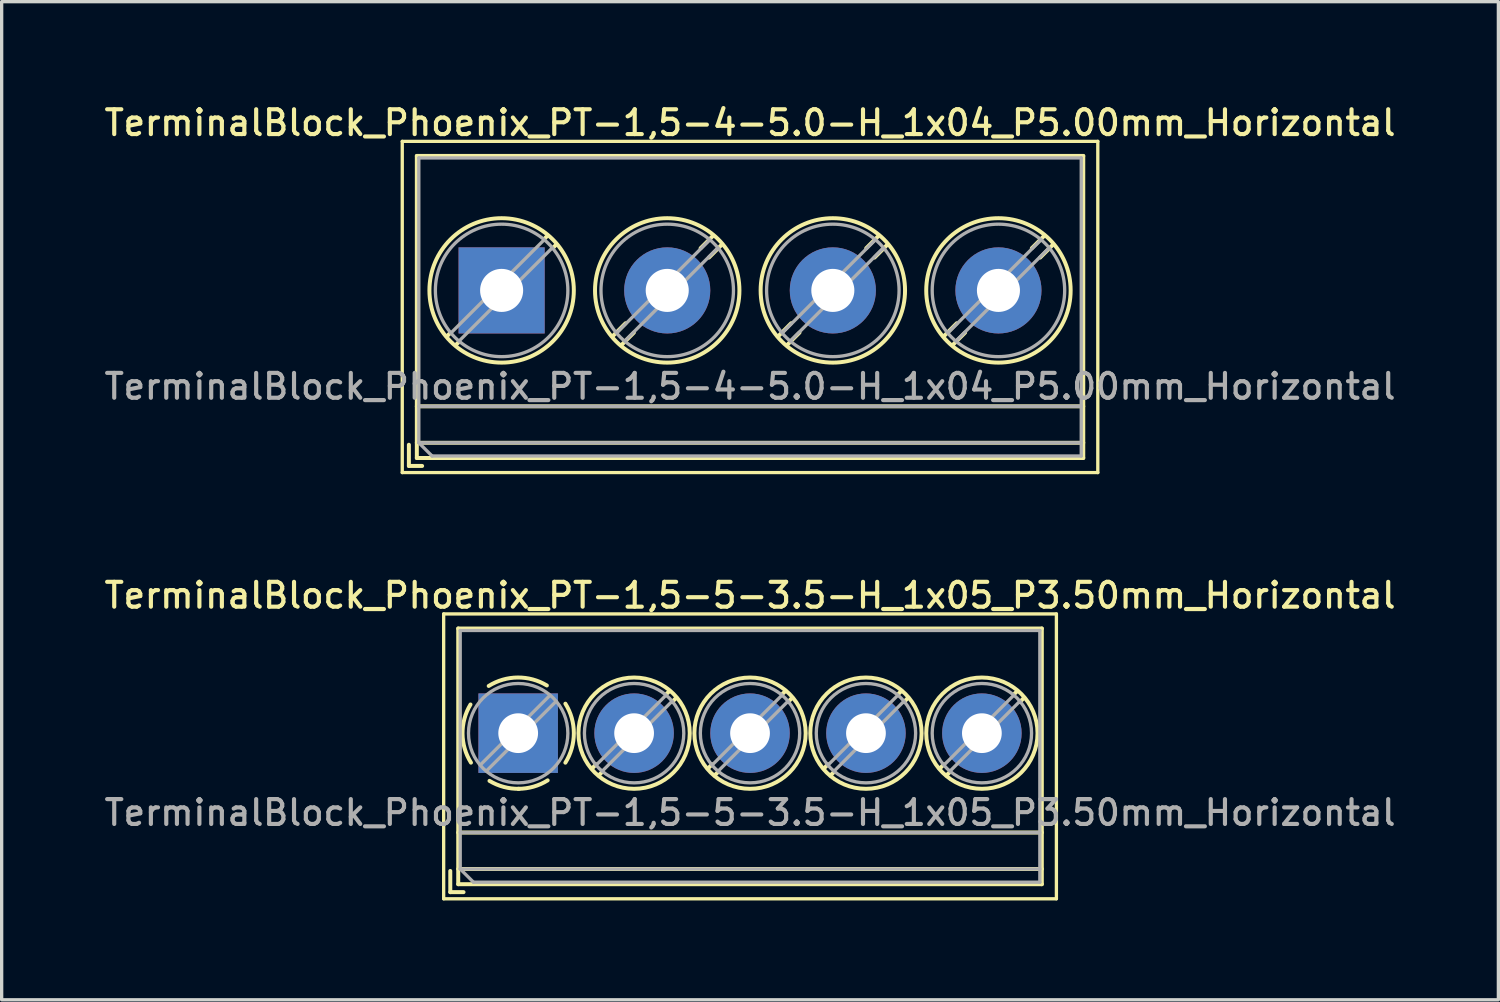
<source format=kicad_pcb>
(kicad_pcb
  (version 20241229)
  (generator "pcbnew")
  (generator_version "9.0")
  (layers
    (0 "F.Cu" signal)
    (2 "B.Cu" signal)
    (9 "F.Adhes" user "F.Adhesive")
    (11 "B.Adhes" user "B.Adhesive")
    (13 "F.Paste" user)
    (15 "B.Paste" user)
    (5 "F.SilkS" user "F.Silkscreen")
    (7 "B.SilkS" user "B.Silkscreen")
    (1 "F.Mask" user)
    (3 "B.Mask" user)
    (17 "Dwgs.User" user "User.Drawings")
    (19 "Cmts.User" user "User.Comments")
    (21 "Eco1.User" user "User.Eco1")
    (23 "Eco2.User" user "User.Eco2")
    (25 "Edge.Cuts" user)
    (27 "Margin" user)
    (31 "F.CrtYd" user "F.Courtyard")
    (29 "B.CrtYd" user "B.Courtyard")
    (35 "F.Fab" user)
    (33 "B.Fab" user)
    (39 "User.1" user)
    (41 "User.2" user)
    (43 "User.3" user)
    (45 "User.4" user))
  (footprint "TerminalBlock_Phoenix_PT-1,5-5-3.5-H_1x05_P3.50mm_Horizontal"
    (layer "F.Cu")
    (at 12.595 19.086)
    (property "Reference" "TerminalBlock_Phoenix_PT-1,5-5-3.5-H_1x05_P3.50mm_Horizontal" (at 7 -4.16 0) (layer "F.SilkS") (effects (font (size 0.75 0.75) (thickness 0.125))))
    (attr through_hole)
    (fp_line (start -2.25 -3.6) (end -2.25 5) (stroke (width 0.1) (type solid)) (layer "F.SilkS"))
    (fp_line (start -2.25 5) (end 16.25 5) (stroke (width 0.1) (type solid)) (layer "F.SilkS"))
    (fp_line (start -2.05 4.16) (end -2.05 4.8) (stroke (width 0.12) (type solid)) (layer "F.SilkS"))
    (fp_line (start -2.05 4.8) (end -1.65 4.8) (stroke (width 0.12) (type solid)) (layer "F.SilkS"))
    (fp_line (start -1.81 -3.16) (end -1.81 4.56) (stroke (width 0.12) (type solid)) (layer "F.SilkS"))
    (fp_line (start -1.81 -3.16) (end 15.81 -3.16) (stroke (width 0.12) (type solid)) (layer "F.SilkS"))
    (fp_line (start -1.81 3) (end 15.81 3) (stroke (width 0.12) (type solid)) (layer "F.SilkS"))
    (fp_line (start -1.81 4.1) (end 15.81 4.1) (stroke (width 0.12) (type solid)) (layer "F.SilkS"))
    (fp_line (start -1.81 4.56) (end 15.81 4.56) (stroke (width 0.12) (type solid)) (layer "F.SilkS"))
    (fp_line (start 2.355 0.941) (end 2.226 1.069) (stroke (width 0.12) (type solid)) (layer "F.SilkS"))
    (fp_line (start 2.525 1.181) (end 2.431 1.274) (stroke (width 0.12) (type solid)) (layer "F.SilkS"))
    (fp_line (start 4.57 -1.275) (end 4.476 -1.181) (stroke (width 0.12) (type solid)) (layer "F.SilkS"))
    (fp_line (start 4.775 -1.069) (end 4.646 -0.941) (stroke (width 0.12) (type solid)) (layer "F.SilkS"))
    (fp_line (start 5.855 0.941) (end 5.726 1.069) (stroke (width 0.12) (type solid)) (layer "F.SilkS"))
    (fp_line (start 6.025 1.181) (end 5.931 1.274) (stroke (width 0.12) (type solid)) (layer "F.SilkS"))
    (fp_line (start 8.07 -1.275) (end 7.976 -1.181) (stroke (width 0.12) (type solid)) (layer "F.SilkS"))
    (fp_line (start 8.275 -1.069) (end 8.146 -0.941) (stroke (width 0.12) (type solid)) (layer "F.SilkS"))
    (fp_line (start 9.355 0.941) (end 9.226 1.069) (stroke (width 0.12) (type solid)) (layer "F.SilkS"))
    (fp_line (start 9.525 1.181) (end 9.431 1.274) (stroke (width 0.12) (type solid)) (layer "F.SilkS"))
    (fp_line (start 11.57 -1.275) (end 11.476 -1.181) (stroke (width 0.12) (type solid)) (layer "F.SilkS"))
    (fp_line (start 11.775 -1.069) (end 11.646 -0.941) (stroke (width 0.12) (type solid)) (layer "F.SilkS"))
    (fp_line (start 12.855 0.941) (end 12.726 1.069) (stroke (width 0.12) (type solid)) (layer "F.SilkS"))
    (fp_line (start 13.025 1.181) (end 12.931 1.274) (stroke (width 0.12) (type solid)) (layer "F.SilkS"))
    (fp_line (start 15.07 -1.275) (end 14.976 -1.181) (stroke (width 0.12) (type solid)) (layer "F.SilkS"))
    (fp_line (start 15.275 -1.069) (end 15.146 -0.941) (stroke (width 0.12) (type solid)) (layer "F.SilkS"))
    (fp_line (start 15.81 -3.16) (end 15.81 4.56) (stroke (width 0.12) (type solid)) (layer "F.SilkS"))
    (fp_line (start 16.25 -3.6) (end -2.25 -3.6) (stroke (width 0.1) (type solid)) (layer "F.SilkS"))
    (fp_line (start 16.25 5) (end 16.25 -3.6) (stroke (width 0.1) (type solid)) (layer "F.SilkS"))
    (fp_arc (start -1.425358 0.889894) (mid -1.680286 0.014012) (end -1.44 -0.866) (stroke (width 0.12) (type solid)) (layer "F.SilkS"))
    (fp_arc (start -0.889894 -1.425358) (mid -0.014012 -1.680286) (end 0.866 -1.44) (stroke (width 0.12) (type solid)) (layer "F.SilkS"))
    (fp_arc (start 0.028674 1.680099) (mid -0.435535 1.622918) (end -0.866 1.44) (stroke (width 0.12) (type solid)) (layer "F.SilkS"))
    (fp_arc (start 0.890264 1.424721) (mid 0.463071 1.61492) (end 0 1.68) (stroke (width 0.12) (type solid)) (layer "F.SilkS"))
    (fp_arc (start 1.425504 -0.890193) (mid 1.680626 0.000476) (end 1.425 0.891) (stroke (width 0.12) (type solid)) (layer "F.SilkS"))
    (fp_circle (center 3.5 0) (end 5.18 0) (stroke (width 0.12) (type solid)) (fill no) (layer "F.SilkS"))
    (fp_circle (center 7 0) (end 8.68 0) (stroke (width 0.12) (type solid)) (fill no) (layer "F.SilkS"))
    (fp_circle (center 10.5 0) (end 12.18 0) (stroke (width 0.12) (type solid)) (fill no) (layer "F.SilkS"))
    (fp_circle (center 14 0) (end 15.68 0) (stroke (width 0.12) (type solid)) (fill no) (layer "F.SilkS"))
    (fp_line (start -1.75 -3.1) (end 15.75 -3.1) (stroke (width 0.1) (type solid)) (layer "F.Fab"))
    (fp_line (start -1.75 3) (end 15.75 3) (stroke (width 0.1) (type solid)) (layer "F.Fab"))
    (fp_line (start -1.75 4.1) (end -1.75 -3.1) (stroke (width 0.1) (type solid)) (layer "F.Fab"))
    (fp_line (start -1.75 4.1) (end 15.75 4.1) (stroke (width 0.1) (type solid)) (layer "F.Fab"))
    (fp_line (start -1.35 4.5) (end -1.75 4.1) (stroke (width 0.1) (type solid)) (layer "F.Fab"))
    (fp_line (start 0.955 -1.138) (end -1.138 0.955) (stroke (width 0.1) (type solid)) (layer "F.Fab"))
    (fp_line (start 1.138 -0.955) (end -0.955 1.138) (stroke (width 0.1) (type solid)) (layer "F.Fab"))
    (fp_line (start 4.455 -1.138) (end 2.363 0.955) (stroke (width 0.1) (type solid)) (layer "F.Fab"))
    (fp_line (start 4.638 -0.955) (end 2.546 1.138) (stroke (width 0.1) (type solid)) (layer "F.Fab"))
    (fp_line (start 7.955 -1.138) (end 5.863 0.955) (stroke (width 0.1) (type solid)) (layer "F.Fab"))
    (fp_line (start 8.138 -0.955) (end 6.046 1.138) (stroke (width 0.1) (type solid)) (layer "F.Fab"))
    (fp_line (start 11.455 -1.138) (end 9.363 0.955) (stroke (width 0.1) (type solid)) (layer "F.Fab"))
    (fp_line (start 11.638 -0.955) (end 9.546 1.138) (stroke (width 0.1) (type solid)) (layer "F.Fab"))
    (fp_line (start 14.955 -1.138) (end 12.863 0.955) (stroke (width 0.1) (type solid)) (layer "F.Fab"))
    (fp_line (start 15.138 -0.955) (end 13.046 1.138) (stroke (width 0.1) (type solid)) (layer "F.Fab"))
    (fp_line (start 15.75 -3.1) (end 15.75 4.5) (stroke (width 0.1) (type solid)) (layer "F.Fab"))
    (fp_line (start 15.75 4.5) (end -1.35 4.5) (stroke (width 0.1) (type solid)) (layer "F.Fab"))
    (fp_circle (center 0 0) (end 1.5 0) (stroke (width 0.1) (type solid)) (fill no) (layer "F.Fab"))
    (fp_circle (center 3.5 0) (end 5 0) (stroke (width 0.1) (type solid)) (fill no) (layer "F.Fab"))
    (fp_circle (center 7 0) (end 8.5 0) (stroke (width 0.1) (type solid)) (fill no) (layer "F.Fab"))
    (fp_circle (center 10.5 0) (end 12 0) (stroke (width 0.1) (type solid)) (fill no) (layer "F.Fab"))
    (fp_circle (center 14 0) (end 15.5 0) (stroke (width 0.1) (type solid)) (fill no) (layer "F.Fab"))
    (fp_text user "${REFERENCE}" (at 7 2.4 0) (layer "F.Fab") (effects (font (size 0.75 0.75) (thickness 0.125))))
    (pad "1" thru_hole rect (at 0 0) (size 2.4 2.4) (drill 1.2) (layers "*.Cu" "*.Mask"))
    (pad "2" thru_hole circle (at 3.5 0) (size 2.4 2.4) (drill 1.2) (layers "*.Cu" "*.Mask"))
    (pad "3" thru_hole circle (at 7 0) (size 2.4 2.4) (drill 1.2) (layers "*.Cu" "*.Mask"))
    (pad "4" thru_hole circle (at 10.5 0) (size 2.4 2.4) (drill 1.2) (layers "*.Cu" "*.Mask"))
    (pad "5" thru_hole circle (at 14 0) (size 2.4 2.4) (drill 1.2) (layers "*.Cu" "*.Mask")))
  (footprint "TerminalBlock_Phoenix_PT-1,5-4-5.0-H_1x04_P5.00mm_Horizontal"
    (layer "F.Cu")
    (at 12.095 5.718)
    (property "Reference" "TerminalBlock_Phoenix_PT-1,5-4-5.0-H_1x04_P5.00mm_Horizontal" (at 7.5 -5.06 0) (layer "F.SilkS") (effects (font (size 0.75 0.75) (thickness 0.125))))
    (attr through_hole)
    (fp_line (start -3 -4.5) (end -3 5.5) (stroke (width 0.1) (type solid)) (layer "F.SilkS"))
    (fp_line (start -3 5.5) (end 18 5.5) (stroke (width 0.1) (type solid)) (layer "F.SilkS"))
    (fp_line (start -2.8 4.66) (end -2.8 5.3) (stroke (width 0.12) (type solid)) (layer "F.SilkS"))
    (fp_line (start -2.8 5.3) (end -2.4 5.3) (stroke (width 0.12) (type solid)) (layer "F.SilkS"))
    (fp_line (start -2.56 -4.06) (end -2.56 5.06) (stroke (width 0.12) (type solid)) (layer "F.SilkS"))
    (fp_line (start -2.56 -4.06) (end 17.561 -4.06) (stroke (width 0.12) (type solid)) (layer "F.SilkS"))
    (fp_line (start -2.56 3.5) (end 17.561 3.5) (stroke (width 0.12) (type solid)) (layer "F.SilkS"))
    (fp_line (start -2.56 4.6) (end 17.561 4.6) (stroke (width 0.12) (type solid)) (layer "F.SilkS"))
    (fp_line (start -2.56 5.06) (end 17.561 5.06) (stroke (width 0.12) (type solid)) (layer "F.SilkS"))
    (fp_line (start -1.548 1.281) (end -1.654 1.388) (stroke (width 0.12) (type solid)) (layer "F.SilkS"))
    (fp_line (start -1.282 1.547) (end -1.388 1.654) (stroke (width 0.12) (type solid)) (layer "F.SilkS"))
    (fp_line (start 1.388 -1.654) (end 1.281 -1.547) (stroke (width 0.12) (type solid)) (layer "F.SilkS"))
    (fp_line (start 1.654 -1.388) (end 1.547 -1.281) (stroke (width 0.12) (type solid)) (layer "F.SilkS"))
    (fp_line (start 3.742 0.992) (end 3.347 1.388) (stroke (width 0.12) (type solid)) (layer "F.SilkS"))
    (fp_line (start 3.993 1.274) (end 3.613 1.654) (stroke (width 0.12) (type solid)) (layer "F.SilkS"))
    (fp_line (start 6.388 -1.654) (end 6.008 -1.274) (stroke (width 0.12) (type solid)) (layer "F.SilkS"))
    (fp_line (start 6.654 -1.388) (end 6.259 -0.992) (stroke (width 0.12) (type solid)) (layer "F.SilkS"))
    (fp_line (start 8.742 0.992) (end 8.347 1.388) (stroke (width 0.12) (type solid)) (layer "F.SilkS"))
    (fp_line (start 8.993 1.274) (end 8.613 1.654) (stroke (width 0.12) (type solid)) (layer "F.SilkS"))
    (fp_line (start 11.388 -1.654) (end 11.008 -1.274) (stroke (width 0.12) (type solid)) (layer "F.SilkS"))
    (fp_line (start 11.654 -1.388) (end 11.259 -0.992) (stroke (width 0.12) (type solid)) (layer "F.SilkS"))
    (fp_line (start 13.742 0.992) (end 13.347 1.388) (stroke (width 0.12) (type solid)) (layer "F.SilkS"))
    (fp_line (start 13.993 1.274) (end 13.613 1.654) (stroke (width 0.12) (type solid)) (layer "F.SilkS"))
    (fp_line (start 16.388 -1.654) (end 16.008 -1.274) (stroke (width 0.12) (type solid)) (layer "F.SilkS"))
    (fp_line (start 16.654 -1.388) (end 16.259 -0.992) (stroke (width 0.12) (type solid)) (layer "F.SilkS"))
    (fp_line (start 17.561 -4.06) (end 17.561 5.06) (stroke (width 0.12) (type solid)) (layer "F.SilkS"))
    (fp_line (start 18 -4.5) (end -3 -4.5) (stroke (width 0.1) (type solid)) (layer "F.SilkS"))
    (fp_line (start 18 5.5) (end 18 -4.5) (stroke (width 0.1) (type solid)) (layer "F.SilkS"))
    (fp_circle (center 0 0) (end 2.18 0) (stroke (width 0.12) (type solid)) (fill no) (layer "F.SilkS"))
    (fp_circle (center 5 0) (end 7.18 0) (stroke (width 0.12) (type solid)) (fill no) (layer "F.SilkS"))
    (fp_circle (center 10 0) (end 12.18 0) (stroke (width 0.12) (type solid)) (fill no) (layer "F.SilkS"))
    (fp_circle (center 15 0) (end 17.18 0) (stroke (width 0.12) (type solid)) (fill no) (layer "F.SilkS"))
    (fp_line (start -2.5 -4) (end 17.5 -4) (stroke (width 0.1) (type solid)) (layer "F.Fab"))
    (fp_line (start -2.5 3.5) (end 17.5 3.5) (stroke (width 0.1) (type solid)) (layer "F.Fab"))
    (fp_line (start -2.5 4.6) (end -2.5 -4) (stroke (width 0.1) (type solid)) (layer "F.Fab"))
    (fp_line (start -2.5 4.6) (end 17.5 4.6) (stroke (width 0.1) (type solid)) (layer "F.Fab"))
    (fp_line (start -2.1 5) (end -2.5 4.6) (stroke (width 0.1) (type solid)) (layer "F.Fab"))
    (fp_line (start 1.273 -1.517) (end -1.517 1.273) (stroke (width 0.1) (type solid)) (layer "F.Fab"))
    (fp_line (start 1.517 -1.273) (end -1.273 1.517) (stroke (width 0.1) (type solid)) (layer "F.Fab"))
    (fp_line (start 6.273 -1.517) (end 3.484 1.273) (stroke (width 0.1) (type solid)) (layer "F.Fab"))
    (fp_line (start 6.517 -1.273) (end 3.728 1.517) (stroke (width 0.1) (type solid)) (layer "F.Fab"))
    (fp_line (start 11.273 -1.517) (end 8.484 1.273) (stroke (width 0.1) (type solid)) (layer "F.Fab"))
    (fp_line (start 11.517 -1.273) (end 8.728 1.517) (stroke (width 0.1) (type solid)) (layer "F.Fab"))
    (fp_line (start 16.273 -1.517) (end 13.484 1.273) (stroke (width 0.1) (type solid)) (layer "F.Fab"))
    (fp_line (start 16.517 -1.273) (end 13.728 1.517) (stroke (width 0.1) (type solid)) (layer "F.Fab"))
    (fp_line (start 17.5 -4) (end 17.5 5) (stroke (width 0.1) (type solid)) (layer "F.Fab"))
    (fp_line (start 17.5 5) (end -2.1 5) (stroke (width 0.1) (type solid)) (layer "F.Fab"))
    (fp_circle (center 0 0) (end 2 0) (stroke (width 0.1) (type solid)) (fill no) (layer "F.Fab"))
    (fp_circle (center 5 0) (end 7 0) (stroke (width 0.1) (type solid)) (fill no) (layer "F.Fab"))
    (fp_circle (center 10 0) (end 12 0) (stroke (width 0.1) (type solid)) (fill no) (layer "F.Fab"))
    (fp_circle (center 15 0) (end 17 0) (stroke (width 0.1) (type solid)) (fill no) (layer "F.Fab"))
    (fp_text user "${REFERENCE}" (at 7.5 2.9 0) (layer "F.Fab") (effects (font (size 0.75 0.75) (thickness 0.125))))
    (pad "1" thru_hole rect (at 0 0) (size 2.6 2.6) (drill 1.3) (layers "*.Cu" "*.Mask"))
    (pad "2" thru_hole circle (at 5 0) (size 2.6 2.6) (drill 1.3) (layers "*.Cu" "*.Mask"))
    (pad "3" thru_hole circle (at 10 0) (size 2.6 2.6) (drill 1.3) (layers "*.Cu" "*.Mask"))
    (pad "4" thru_hole circle (at 15 0) (size 2.6 2.6) (drill 1.3) (layers "*.Cu" "*.Mask")))
  (gr_rect
    (start -3 -3)
    (end 42.189 27.136)
    (stroke (width 0.1) (type default))
    (fill no)
    (layer "Edge.Cuts")))
</source>
